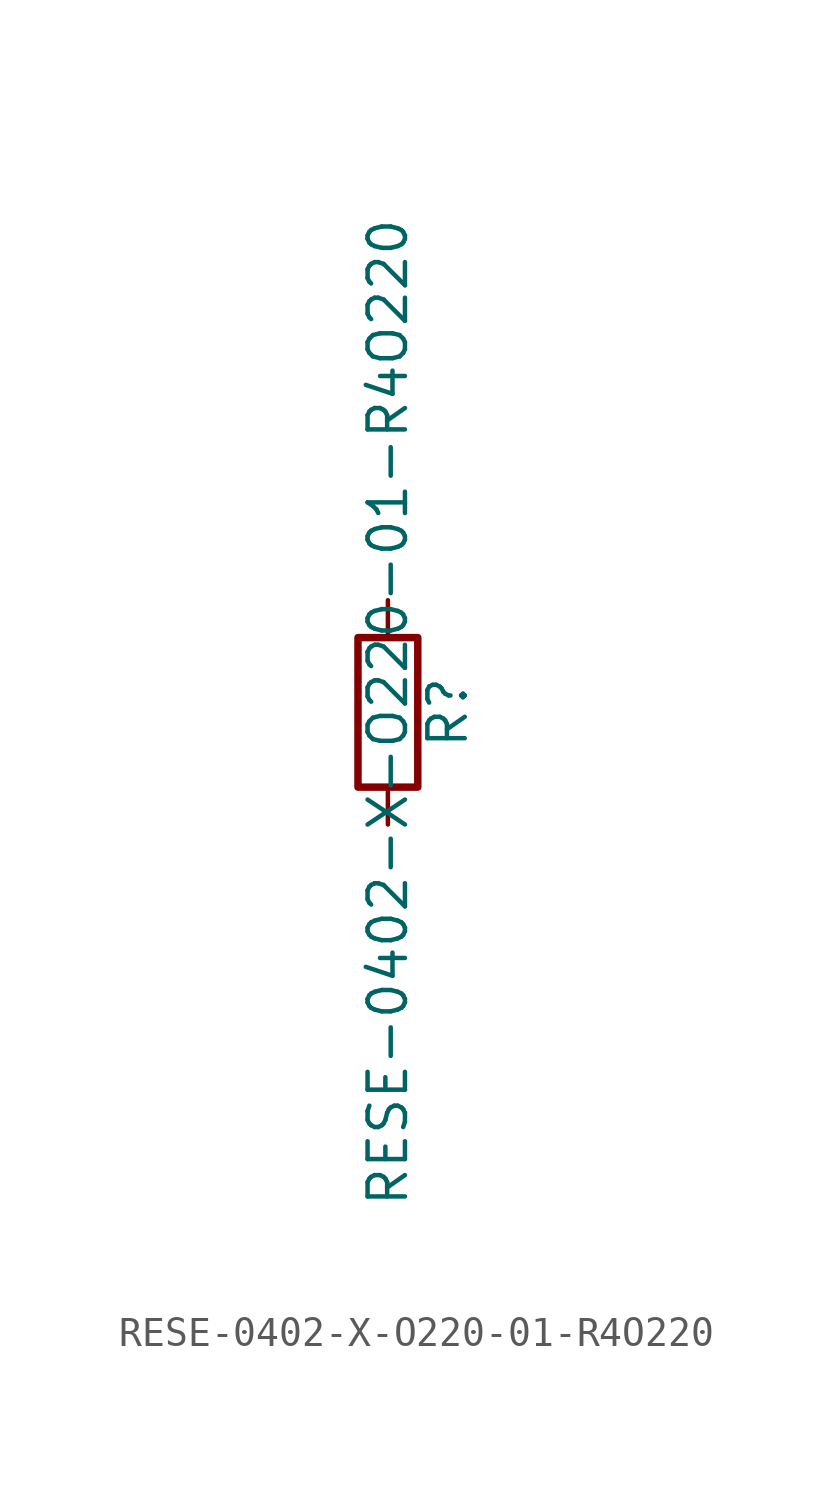
<source format=kicad_sym>
(kicad_symbol_lib
  (version 20211014)
  (generator kicad_symbol_editor)
  (symbol "RESE-0402-X-O220-01-R4O220"
    (pin_numbers hide)
    (pin_names
      (offset 0))
    (property "Reference" "R"
      (at 2.032 0 90)
      (effects (font (size 1.27 1.27))))
    (property "Value" "RESE-0402-X-O220-01-R4O220"
      (at 0 0 90)
      (effects (font (size 1.27 1.27))))
    (symbol "RESE-0402-X-O220-01-R4O220_0_1"
      (rectangle (start -1.016 -2.54) (end 1.016 2.54) (stroke (width 0.254) (type default) (color 0 0 0 0)) (fill (type none))))
    (symbol "RESE-0402-X-O220-01-R4O220_1_1"
      (pin passive line (at 0 3.81 270) (length 1.27) (name "~" (effects (font (size 1.27 1.27)))) (number "1" (effects (font (size 1.27 1.27)))))
      (pin passive line (at 0 -3.81 90) (length 1.27) (name "~" (effects (font (size 1.27 1.27)))) (number "2" (effects (font (size 1.27 1.27))))))))
</source>
